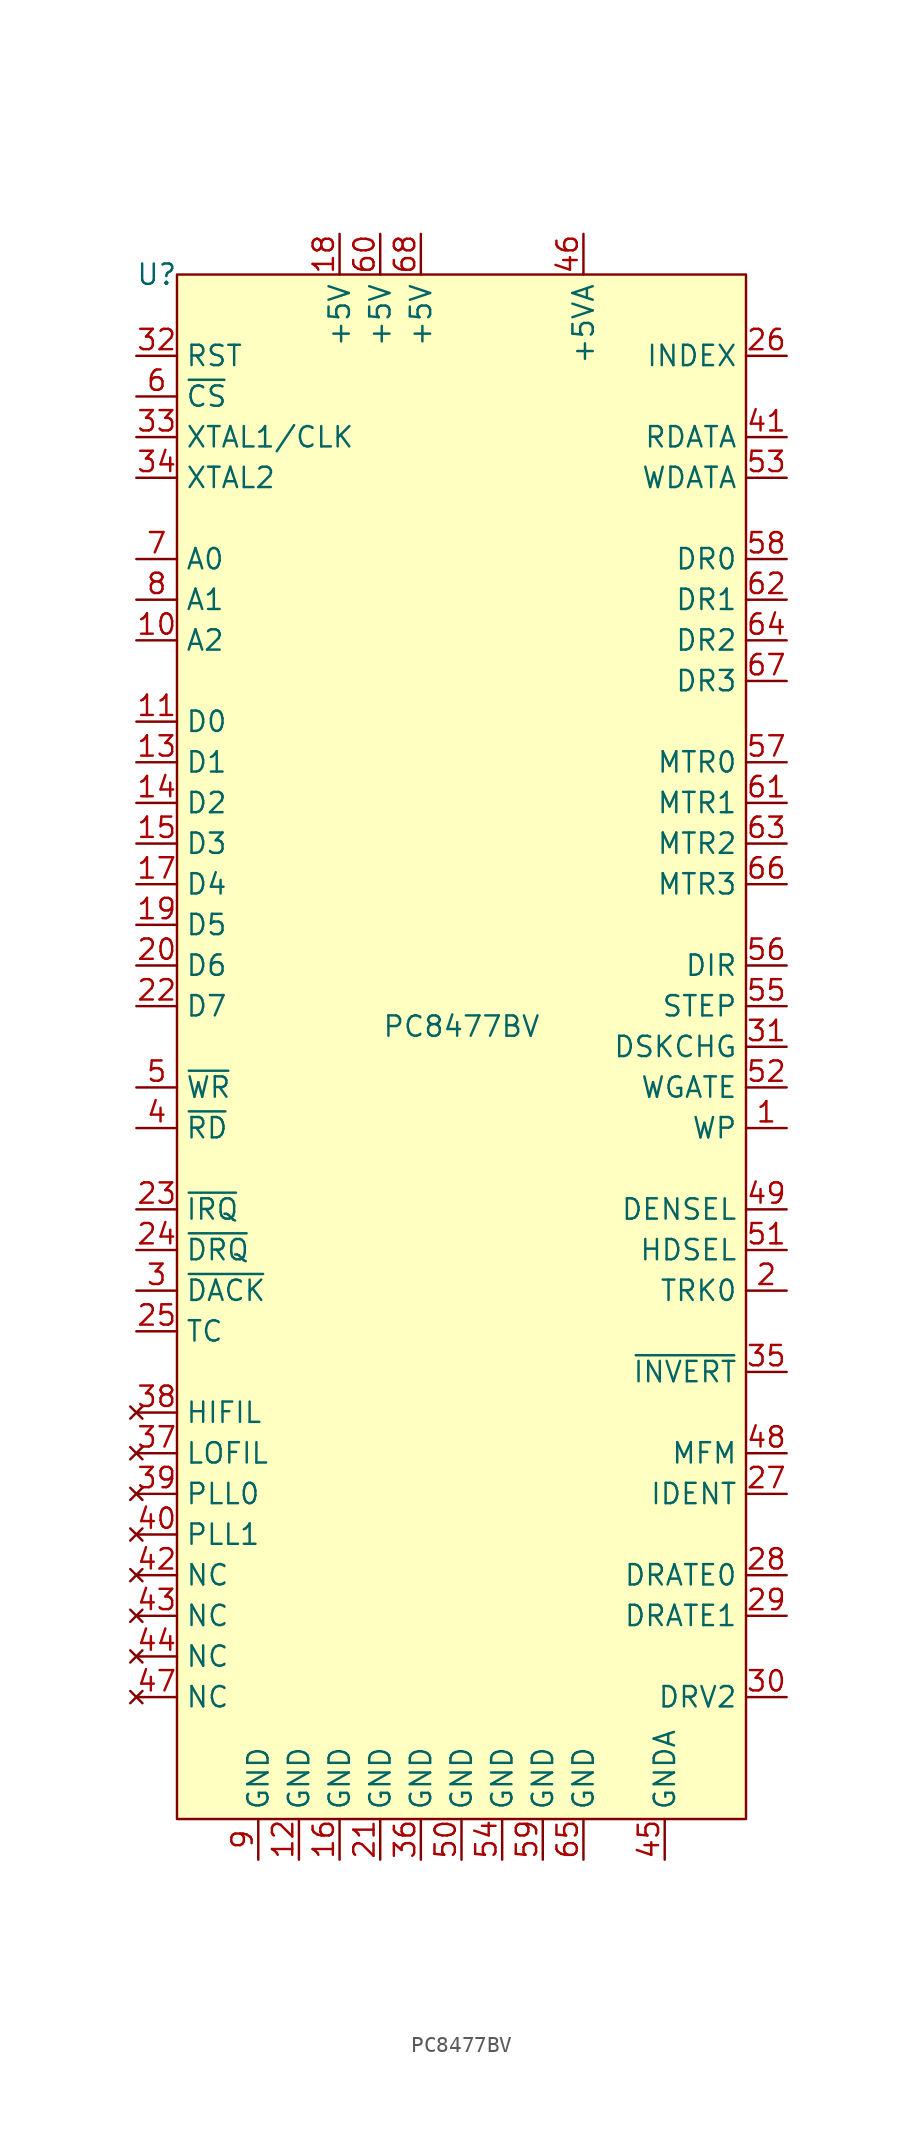
<source format=kicad_sym>
(kicad_symbol_lib
  (version 20220914)
  (generator kicad_symbol_editor)
  (symbol "PC8477BV"
    (property "Reference" "U"
      (at -19.05 45.72 0)
      (effects (font (size 1.27 1.27))))
    (property "Value" "PC8477BV"
      (at 0 -1.27 0)
      (effects (font (size 1.27 1.27))))
    (symbol "PC8477BV_1_1"
      (rectangle (start -17.78 45.72) (end 17.78 -50.8) (stroke (width 0) (type default)) (fill (type background)))
      (pin input line (at 20.32 -7.62 180) (length 2.54) (name "WP" (effects (font (size 1.27 1.27)))) (number "1" (effects (font (size 1.27 1.27)))))
      (pin input line (at -20.32 22.86 0) (length 2.54) (name "A2" (effects (font (size 1.27 1.27)))) (number "10" (effects (font (size 1.27 1.27)))))
      (pin bidirectional line (at -20.32 17.78 0) (length 2.54) (name "D0" (effects (font (size 1.27 1.27)))) (number "11" (effects (font (size 1.27 1.27)))))
      (pin power_in line (at -10.16 -53.34 90) (length 2.54) (name "GND" (effects (font (size 1.27 1.27)))) (number "12" (effects (font (size 1.27 1.27)))))
      (pin bidirectional line (at -20.32 15.24 0) (length 2.54) (name "D1" (effects (font (size 1.27 1.27)))) (number "13" (effects (font (size 1.27 1.27)))))
      (pin bidirectional line (at -20.32 12.7 0) (length 2.54) (name "D2" (effects (font (size 1.27 1.27)))) (number "14" (effects (font (size 1.27 1.27)))))
      (pin bidirectional line (at -20.32 10.16 0) (length 2.54) (name "D3" (effects (font (size 1.27 1.27)))) (number "15" (effects (font (size 1.27 1.27)))))
      (pin power_in line (at -7.62 -53.34 90) (length 2.54) (name "GND" (effects (font (size 1.27 1.27)))) (number "16" (effects (font (size 1.27 1.27)))))
      (pin bidirectional line (at -20.32 7.62 0) (length 2.54) (name "D4" (effects (font (size 1.27 1.27)))) (number "17" (effects (font (size 1.27 1.27)))))
      (pin power_in line (at -7.62 48.26 270) (length 2.54) (name "+5V" (effects (font (size 1.27 1.27)))) (number "18" (effects (font (size 1.27 1.27)))))
      (pin bidirectional line (at -20.32 5.08 0) (length 2.54) (name "D5" (effects (font (size 1.27 1.27)))) (number "19" (effects (font (size 1.27 1.27)))))
      (pin input line (at 20.32 -17.78 180) (length 2.54) (name "TRK0" (effects (font (size 1.27 1.27)))) (number "2" (effects (font (size 1.27 1.27)))))
      (pin bidirectional line (at -20.32 2.54 0) (length 2.54) (name "D6" (effects (font (size 1.27 1.27)))) (number "20" (effects (font (size 1.27 1.27)))))
      (pin power_in line (at -5.08 -53.34 90) (length 2.54) (name "GND" (effects (font (size 1.27 1.27)))) (number "21" (effects (font (size 1.27 1.27)))))
      (pin bidirectional line (at -20.32 0 0) (length 2.54) (name "D7" (effects (font (size 1.27 1.27)))) (number "22" (effects (font (size 1.27 1.27)))))
      (pin output line (at -20.32 -12.7 0) (length 2.54) (name "~{IRQ}" (effects (font (size 1.27 1.27)))) (number "23" (effects (font (size 1.27 1.27)))))
      (pin output line (at -20.32 -15.24 0) (length 2.54) (name "~{DRQ}" (effects (font (size 1.27 1.27)))) (number "24" (effects (font (size 1.27 1.27)))))
      (pin input line (at -20.32 -20.32 0) (length 2.54) (name "TC" (effects (font (size 1.27 1.27)))) (number "25" (effects (font (size 1.27 1.27)))))
      (pin input line (at 20.32 40.64 180) (length 2.54) (name "INDEX" (effects (font (size 1.27 1.27)))) (number "26" (effects (font (size 1.27 1.27)))))
      (pin input line (at 20.32 -30.48 180) (length 2.54) (name "IDENT" (effects (font (size 1.27 1.27)))) (number "27" (effects (font (size 1.27 1.27)))))
      (pin output line (at 20.32 -35.56 180) (length 2.54) (name "DRATE0" (effects (font (size 1.27 1.27)))) (number "28" (effects (font (size 1.27 1.27)))))
      (pin output line (at 20.32 -38.1 180) (length 2.54) (name "DRATE1" (effects (font (size 1.27 1.27)))) (number "29" (effects (font (size 1.27 1.27)))))
      (pin input line (at -20.32 -17.78 0) (length 2.54) (name "~{DACK}" (effects (font (size 1.27 1.27)))) (number "3" (effects (font (size 1.27 1.27)))))
      (pin input line (at 20.32 -43.18 180) (length 2.54) (name "DRV2" (effects (font (size 1.27 1.27)))) (number "30" (effects (font (size 1.27 1.27)))))
      (pin input line (at 20.32 -2.54 180) (length 2.54) (name "DSKCHG" (effects (font (size 1.27 1.27)))) (number "31" (effects (font (size 1.27 1.27)))))
      (pin input line (at -20.32 40.64 0) (length 2.54) (name "RST" (effects (font (size 1.27 1.27)))) (number "32" (effects (font (size 1.27 1.27)))))
      (pin input line (at -20.32 35.56 0) (length 2.54) (name "XTAL1/CLK" (effects (font (size 1.27 1.27)))) (number "33" (effects (font (size 1.27 1.27)))))
      (pin input line (at -20.32 33.02 0) (length 2.54) (name "XTAL2" (effects (font (size 1.27 1.27)))) (number "34" (effects (font (size 1.27 1.27)))))
      (pin input line (at 20.32 -22.86 180) (length 2.54) (name "~{INVERT}" (effects (font (size 1.27 1.27)))) (number "35" (effects (font (size 1.27 1.27)))))
      (pin power_in line (at -2.54 -53.34 90) (length 2.54) (name "GND" (effects (font (size 1.27 1.27)))) (number "36" (effects (font (size 1.27 1.27)))))
      (pin no_connect line (at -20.32 -27.94 0) (length 2.54) (name "LOFIL" (effects (font (size 1.27 1.27)))) (number "37" (effects (font (size 1.27 1.27)))))
      (pin no_connect line (at -20.32 -25.4 0) (length 2.54) (name "HIFIL" (effects (font (size 1.27 1.27)))) (number "38" (effects (font (size 1.27 1.27)))))
      (pin no_connect line (at -20.32 -30.48 0) (length 2.54) (name "PLL0" (effects (font (size 1.27 1.27)))) (number "39" (effects (font (size 1.27 1.27)))))
      (pin input line (at -20.32 -7.62 0) (length 2.54) (name "~{RD}" (effects (font (size 1.27 1.27)))) (number "4" (effects (font (size 1.27 1.27)))))
      (pin no_connect line (at -20.32 -33.02 0) (length 2.54) (name "PLL1" (effects (font (size 1.27 1.27)))) (number "40" (effects (font (size 1.27 1.27)))))
      (pin input line (at 20.32 35.56 180) (length 2.54) (name "RDATA" (effects (font (size 1.27 1.27)))) (number "41" (effects (font (size 1.27 1.27)))))
      (pin no_connect line (at -20.32 -35.56 0) (length 2.54) (name "NC" (effects (font (size 1.27 1.27)))) (number "42" (effects (font (size 1.27 1.27)))))
      (pin no_connect line (at -20.32 -38.1 0) (length 2.54) (name "NC" (effects (font (size 1.27 1.27)))) (number "43" (effects (font (size 1.27 1.27)))))
      (pin no_connect line (at -20.32 -40.64 0) (length 2.54) (name "NC" (effects (font (size 1.27 1.27)))) (number "44" (effects (font (size 1.27 1.27)))))
      (pin power_in line (at 12.7 -53.34 90) (length 2.54) (name "GNDA" (effects (font (size 1.27 1.27)))) (number "45" (effects (font (size 1.27 1.27)))))
      (pin power_in line (at 7.62 48.26 270) (length 2.54) (name "+5VA" (effects (font (size 1.27 1.27)))) (number "46" (effects (font (size 1.27 1.27)))))
      (pin no_connect line (at -20.32 -43.18 0) (length 2.54) (name "NC" (effects (font (size 1.27 1.27)))) (number "47" (effects (font (size 1.27 1.27)))))
      (pin bidirectional line (at 20.32 -27.94 180) (length 2.54) (name "MFM" (effects (font (size 1.27 1.27)))) (number "48" (effects (font (size 1.27 1.27)))))
      (pin output line (at 20.32 -12.7 180) (length 2.54) (name "DENSEL" (effects (font (size 1.27 1.27)))) (number "49" (effects (font (size 1.27 1.27)))))
      (pin input line (at -20.32 -5.08 0) (length 2.54) (name "~{WR}" (effects (font (size 1.27 1.27)))) (number "5" (effects (font (size 1.27 1.27)))))
      (pin power_in line (at 0 -53.34 90) (length 2.54) (name "GND" (effects (font (size 1.27 1.27)))) (number "50" (effects (font (size 1.27 1.27)))))
      (pin input line (at 20.32 -15.24 180) (length 2.54) (name "HDSEL" (effects (font (size 1.27 1.27)))) (number "51" (effects (font (size 1.27 1.27)))))
      (pin output line (at 20.32 -5.08 180) (length 2.54) (name "WGATE" (effects (font (size 1.27 1.27)))) (number "52" (effects (font (size 1.27 1.27)))))
      (pin output line (at 20.32 33.02 180) (length 2.54) (name "WDATA" (effects (font (size 1.27 1.27)))) (number "53" (effects (font (size 1.27 1.27)))))
      (pin power_in line (at 2.54 -53.34 90) (length 2.54) (name "GND" (effects (font (size 1.27 1.27)))) (number "54" (effects (font (size 1.27 1.27)))))
      (pin output line (at 20.32 0 180) (length 2.54) (name "STEP" (effects (font (size 1.27 1.27)))) (number "55" (effects (font (size 1.27 1.27)))))
      (pin output line (at 20.32 2.54 180) (length 2.54) (name "DIR" (effects (font (size 1.27 1.27)))) (number "56" (effects (font (size 1.27 1.27)))))
      (pin output line (at 20.32 15.24 180) (length 2.54) (name "MTR0" (effects (font (size 1.27 1.27)))) (number "57" (effects (font (size 1.27 1.27)))))
      (pin output line (at 20.32 27.94 180) (length 2.54) (name "DR0" (effects (font (size 1.27 1.27)))) (number "58" (effects (font (size 1.27 1.27)))))
      (pin power_in line (at 5.08 -53.34 90) (length 2.54) (name "GND" (effects (font (size 1.27 1.27)))) (number "59" (effects (font (size 1.27 1.27)))))
      (pin input line (at -20.32 38.1 0) (length 2.54) (name "~{CS}" (effects (font (size 1.27 1.27)))) (number "6" (effects (font (size 1.27 1.27)))))
      (pin power_in line (at -5.08 48.26 270) (length 2.54) (name "+5V" (effects (font (size 1.27 1.27)))) (number "60" (effects (font (size 1.27 1.27)))))
      (pin output line (at 20.32 12.7 180) (length 2.54) (name "MTR1" (effects (font (size 1.27 1.27)))) (number "61" (effects (font (size 1.27 1.27)))))
      (pin output line (at 20.32 25.4 180) (length 2.54) (name "DR1" (effects (font (size 1.27 1.27)))) (number "62" (effects (font (size 1.27 1.27)))))
      (pin output line (at 20.32 10.16 180) (length 2.54) (name "MTR2" (effects (font (size 1.27 1.27)))) (number "63" (effects (font (size 1.27 1.27)))))
      (pin output line (at 20.32 22.86 180) (length 2.54) (name "DR2" (effects (font (size 1.27 1.27)))) (number "64" (effects (font (size 1.27 1.27)))))
      (pin power_in line (at 7.62 -53.34 90) (length 2.54) (name "GND" (effects (font (size 1.27 1.27)))) (number "65" (effects (font (size 1.27 1.27)))))
      (pin output line (at 20.32 7.62 180) (length 2.54) (name "MTR3" (effects (font (size 1.27 1.27)))) (number "66" (effects (font (size 1.27 1.27)))))
      (pin output line (at 20.32 20.32 180) (length 2.54) (name "DR3" (effects (font (size 1.27 1.27)))) (number "67" (effects (font (size 1.27 1.27)))))
      (pin power_in line (at -2.54 48.26 270) (length 2.54) (name "+5V" (effects (font (size 1.27 1.27)))) (number "68" (effects (font (size 1.27 1.27)))))
      (pin input line (at -20.32 27.94 0) (length 2.54) (name "A0" (effects (font (size 1.27 1.27)))) (number "7" (effects (font (size 1.27 1.27)))))
      (pin input line (at -20.32 25.4 0) (length 2.54) (name "A1" (effects (font (size 1.27 1.27)))) (number "8" (effects (font (size 1.27 1.27)))))
      (pin power_in line (at -12.7 -53.34 90) (length 2.54) (name "GND" (effects (font (size 1.27 1.27)))) (number "9" (effects (font (size 1.27 1.27))))))))
</source>
